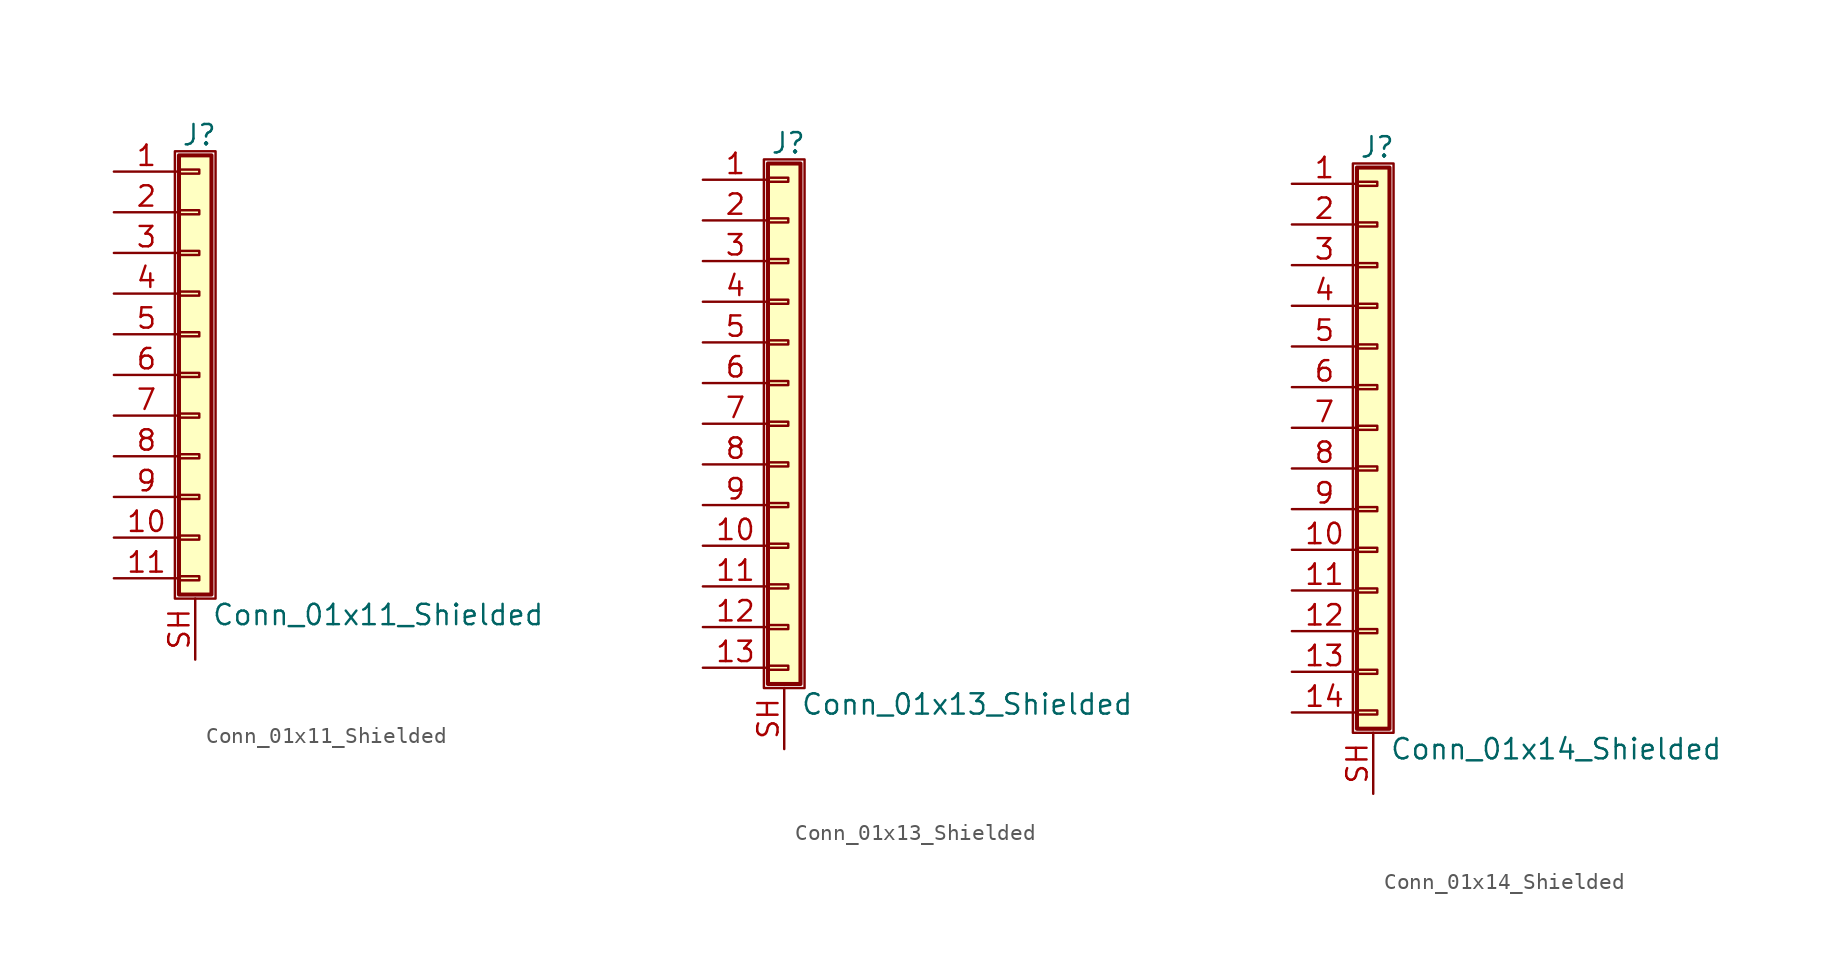
<source format=kicad_sym>
(kicad_symbol_lib
  (version 20201005)
  (generator kicad_symbol_editor)
  (symbol "Conn_01x11_Shielded"
    (pin_names
      (offset 1.016) hide)
    (property "Reference" "J"
      (at 0.254 14.986 0)
      (effects (font (size 1.27 1.27))))
    (property "Value" "Conn_01x11_Shielded"
      (at 1.016 -14.986 0)
      (effects (font (size 1.27 1.27)) (justify left)))
    (symbol "Conn_01x11_Shielded_1_1"
      (rectangle (start -1.27 13.97) (end 1.27 -13.97) (stroke (width 0.152)) (fill (type none)))
      (rectangle (start -1.016 -12.573) (end 0.254 -12.827) (stroke (width 0.152)) (fill (type none)))
      (rectangle (start -1.016 -10.033) (end 0.254 -10.287) (stroke (width 0.152)) (fill (type none)))
      (rectangle (start -1.016 -7.493) (end 0.254 -7.747) (stroke (width 0.152)) (fill (type none)))
      (rectangle (start -1.016 -4.953) (end 0.254 -5.207) (stroke (width 0.152)) (fill (type none)))
      (rectangle (start -1.016 -2.413) (end 0.254 -2.667) (stroke (width 0.152)) (fill (type none)))
      (rectangle (start -1.016 0.127) (end 0.254 -0.127) (stroke (width 0.152)) (fill (type none)))
      (rectangle (start -1.016 2.667) (end 0.254 2.413) (stroke (width 0.152)) (fill (type none)))
      (rectangle (start -1.016 5.207) (end 0.254 4.953) (stroke (width 0.152)) (fill (type none)))
      (rectangle (start -1.016 7.747) (end 0.254 7.493) (stroke (width 0.152)) (fill (type none)))
      (rectangle (start -1.016 10.287) (end 0.254 10.033) (stroke (width 0.152)) (fill (type none)))
      (rectangle (start -1.016 12.827) (end 0.254 12.573) (stroke (width 0.152)) (fill (type none)))
      (rectangle (start -1.016 13.716) (end 1.016 -13.716) (stroke (width 0.254)) (fill (type background)))
      (pin passive line (at -5.08 12.7 0) (length 4.064) (name "Pin_1" (effects (font (size 1.27 1.27)))) (number "1" (effects (font (size 1.27 1.27)))))
      (pin passive line (at -5.08 -10.16 0) (length 4.064) (name "Pin_10" (effects (font (size 1.27 1.27)))) (number "10" (effects (font (size 1.27 1.27)))))
      (pin passive line (at -5.08 -12.7 0) (length 4.064) (name "Pin_11" (effects (font (size 1.27 1.27)))) (number "11" (effects (font (size 1.27 1.27)))))
      (pin passive line (at -5.08 10.16 0) (length 4.064) (name "Pin_2" (effects (font (size 1.27 1.27)))) (number "2" (effects (font (size 1.27 1.27)))))
      (pin passive line (at -5.08 7.62 0) (length 4.064) (name "Pin_3" (effects (font (size 1.27 1.27)))) (number "3" (effects (font (size 1.27 1.27)))))
      (pin passive line (at -5.08 5.08 0) (length 4.064) (name "Pin_4" (effects (font (size 1.27 1.27)))) (number "4" (effects (font (size 1.27 1.27)))))
      (pin passive line (at -5.08 2.54 0) (length 4.064) (name "Pin_5" (effects (font (size 1.27 1.27)))) (number "5" (effects (font (size 1.27 1.27)))))
      (pin passive line (at -5.08 0 0) (length 4.064) (name "Pin_6" (effects (font (size 1.27 1.27)))) (number "6" (effects (font (size 1.27 1.27)))))
      (pin passive line (at -5.08 -2.54 0) (length 4.064) (name "Pin_7" (effects (font (size 1.27 1.27)))) (number "7" (effects (font (size 1.27 1.27)))))
      (pin passive line (at -5.08 -5.08 0) (length 4.064) (name "Pin_8" (effects (font (size 1.27 1.27)))) (number "8" (effects (font (size 1.27 1.27)))))
      (pin passive line (at -5.08 -7.62 0) (length 4.064) (name "Pin_9" (effects (font (size 1.27 1.27)))) (number "9" (effects (font (size 1.27 1.27)))))
      (pin passive line (at 0 -17.78 90) (length 3.81) (name "Shield" (effects (font (size 1.27 1.27)))) (number "SH" (effects (font (size 1.27 1.27)))))))
  (symbol "Conn_01x13_Shielded"
    (pin_names
      (offset 1.016) hide)
    (property "Reference" "J"
      (at 0.254 17.526 0)
      (effects (font (size 1.27 1.27))))
    (property "Value" "Conn_01x13_Shielded"
      (at 1.016 -17.526 0)
      (effects (font (size 1.27 1.27)) (justify left)))
    (symbol "Conn_01x13_Shielded_1_1"
      (rectangle (start -1.27 16.51) (end 1.27 -16.51) (stroke (width 0.152)) (fill (type none)))
      (rectangle (start -1.016 -15.113) (end 0.254 -15.367) (stroke (width 0.152)) (fill (type none)))
      (rectangle (start -1.016 -12.573) (end 0.254 -12.827) (stroke (width 0.152)) (fill (type none)))
      (rectangle (start -1.016 -10.033) (end 0.254 -10.287) (stroke (width 0.152)) (fill (type none)))
      (rectangle (start -1.016 -7.493) (end 0.254 -7.747) (stroke (width 0.152)) (fill (type none)))
      (rectangle (start -1.016 -4.953) (end 0.254 -5.207) (stroke (width 0.152)) (fill (type none)))
      (rectangle (start -1.016 -2.413) (end 0.254 -2.667) (stroke (width 0.152)) (fill (type none)))
      (rectangle (start -1.016 0.127) (end 0.254 -0.127) (stroke (width 0.152)) (fill (type none)))
      (rectangle (start -1.016 2.667) (end 0.254 2.413) (stroke (width 0.152)) (fill (type none)))
      (rectangle (start -1.016 5.207) (end 0.254 4.953) (stroke (width 0.152)) (fill (type none)))
      (rectangle (start -1.016 7.747) (end 0.254 7.493) (stroke (width 0.152)) (fill (type none)))
      (rectangle (start -1.016 10.287) (end 0.254 10.033) (stroke (width 0.152)) (fill (type none)))
      (rectangle (start -1.016 12.827) (end 0.254 12.573) (stroke (width 0.152)) (fill (type none)))
      (rectangle (start -1.016 15.367) (end 0.254 15.113) (stroke (width 0.152)) (fill (type none)))
      (rectangle (start -1.016 16.256) (end 1.016 -16.256) (stroke (width 0.254)) (fill (type background)))
      (pin passive line (at -5.08 15.24 0) (length 4.064) (name "Pin_1" (effects (font (size 1.27 1.27)))) (number "1" (effects (font (size 1.27 1.27)))))
      (pin passive line (at -5.08 -7.62 0) (length 4.064) (name "Pin_10" (effects (font (size 1.27 1.27)))) (number "10" (effects (font (size 1.27 1.27)))))
      (pin passive line (at -5.08 -10.16 0) (length 4.064) (name "Pin_11" (effects (font (size 1.27 1.27)))) (number "11" (effects (font (size 1.27 1.27)))))
      (pin passive line (at -5.08 -12.7 0) (length 4.064) (name "Pin_12" (effects (font (size 1.27 1.27)))) (number "12" (effects (font (size 1.27 1.27)))))
      (pin passive line (at -5.08 -15.24 0) (length 4.064) (name "Pin_13" (effects (font (size 1.27 1.27)))) (number "13" (effects (font (size 1.27 1.27)))))
      (pin passive line (at -5.08 12.7 0) (length 4.064) (name "Pin_2" (effects (font (size 1.27 1.27)))) (number "2" (effects (font (size 1.27 1.27)))))
      (pin passive line (at -5.08 10.16 0) (length 4.064) (name "Pin_3" (effects (font (size 1.27 1.27)))) (number "3" (effects (font (size 1.27 1.27)))))
      (pin passive line (at -5.08 7.62 0) (length 4.064) (name "Pin_4" (effects (font (size 1.27 1.27)))) (number "4" (effects (font (size 1.27 1.27)))))
      (pin passive line (at -5.08 5.08 0) (length 4.064) (name "Pin_5" (effects (font (size 1.27 1.27)))) (number "5" (effects (font (size 1.27 1.27)))))
      (pin passive line (at -5.08 2.54 0) (length 4.064) (name "Pin_6" (effects (font (size 1.27 1.27)))) (number "6" (effects (font (size 1.27 1.27)))))
      (pin passive line (at -5.08 0 0) (length 4.064) (name "Pin_7" (effects (font (size 1.27 1.27)))) (number "7" (effects (font (size 1.27 1.27)))))
      (pin passive line (at -5.08 -2.54 0) (length 4.064) (name "Pin_8" (effects (font (size 1.27 1.27)))) (number "8" (effects (font (size 1.27 1.27)))))
      (pin passive line (at -5.08 -5.08 0) (length 4.064) (name "Pin_9" (effects (font (size 1.27 1.27)))) (number "9" (effects (font (size 1.27 1.27)))))
      (pin passive line (at 0 -20.32 90) (length 3.81) (name "Shield" (effects (font (size 1.27 1.27)))) (number "SH" (effects (font (size 1.27 1.27)))))))
  (symbol "Conn_01x14_Shielded"
    (pin_names
      (offset 1.016) hide)
    (property "Reference" "J"
      (at 0.254 17.526 0)
      (effects (font (size 1.27 1.27))))
    (property "Value" "Conn_01x14_Shielded"
      (at 1.016 -20.066 0)
      (effects (font (size 1.27 1.27)) (justify left)))
    (symbol "Conn_01x14_Shielded_1_1"
      (rectangle (start -1.27 16.51) (end 1.27 -19.05) (stroke (width 0.152)) (fill (type none)))
      (rectangle (start -1.016 -17.653) (end 0.254 -17.907) (stroke (width 0.152)) (fill (type none)))
      (rectangle (start -1.016 -15.113) (end 0.254 -15.367) (stroke (width 0.152)) (fill (type none)))
      (rectangle (start -1.016 -12.573) (end 0.254 -12.827) (stroke (width 0.152)) (fill (type none)))
      (rectangle (start -1.016 -10.033) (end 0.254 -10.287) (stroke (width 0.152)) (fill (type none)))
      (rectangle (start -1.016 -7.493) (end 0.254 -7.747) (stroke (width 0.152)) (fill (type none)))
      (rectangle (start -1.016 -4.953) (end 0.254 -5.207) (stroke (width 0.152)) (fill (type none)))
      (rectangle (start -1.016 -2.413) (end 0.254 -2.667) (stroke (width 0.152)) (fill (type none)))
      (rectangle (start -1.016 0.127) (end 0.254 -0.127) (stroke (width 0.152)) (fill (type none)))
      (rectangle (start -1.016 2.667) (end 0.254 2.413) (stroke (width 0.152)) (fill (type none)))
      (rectangle (start -1.016 5.207) (end 0.254 4.953) (stroke (width 0.152)) (fill (type none)))
      (rectangle (start -1.016 7.747) (end 0.254 7.493) (stroke (width 0.152)) (fill (type none)))
      (rectangle (start -1.016 10.287) (end 0.254 10.033) (stroke (width 0.152)) (fill (type none)))
      (rectangle (start -1.016 12.827) (end 0.254 12.573) (stroke (width 0.152)) (fill (type none)))
      (rectangle (start -1.016 15.367) (end 0.254 15.113) (stroke (width 0.152)) (fill (type none)))
      (rectangle (start -1.016 16.256) (end 1.016 -18.796) (stroke (width 0.254)) (fill (type background)))
      (pin passive line (at -5.08 15.24 0) (length 4.064) (name "Pin_1" (effects (font (size 1.27 1.27)))) (number "1" (effects (font (size 1.27 1.27)))))
      (pin passive line (at -5.08 -7.62 0) (length 4.064) (name "Pin_10" (effects (font (size 1.27 1.27)))) (number "10" (effects (font (size 1.27 1.27)))))
      (pin passive line (at -5.08 -10.16 0) (length 4.064) (name "Pin_11" (effects (font (size 1.27 1.27)))) (number "11" (effects (font (size 1.27 1.27)))))
      (pin passive line (at -5.08 -12.7 0) (length 4.064) (name "Pin_12" (effects (font (size 1.27 1.27)))) (number "12" (effects (font (size 1.27 1.27)))))
      (pin passive line (at -5.08 -15.24 0) (length 4.064) (name "Pin_13" (effects (font (size 1.27 1.27)))) (number "13" (effects (font (size 1.27 1.27)))))
      (pin passive line (at -5.08 -17.78 0) (length 4.064) (name "Pin_14" (effects (font (size 1.27 1.27)))) (number "14" (effects (font (size 1.27 1.27)))))
      (pin passive line (at -5.08 12.7 0) (length 4.064) (name "Pin_2" (effects (font (size 1.27 1.27)))) (number "2" (effects (font (size 1.27 1.27)))))
      (pin passive line (at -5.08 10.16 0) (length 4.064) (name "Pin_3" (effects (font (size 1.27 1.27)))) (number "3" (effects (font (size 1.27 1.27)))))
      (pin passive line (at -5.08 7.62 0) (length 4.064) (name "Pin_4" (effects (font (size 1.27 1.27)))) (number "4" (effects (font (size 1.27 1.27)))))
      (pin passive line (at -5.08 5.08 0) (length 4.064) (name "Pin_5" (effects (font (size 1.27 1.27)))) (number "5" (effects (font (size 1.27 1.27)))))
      (pin passive line (at -5.08 2.54 0) (length 4.064) (name "Pin_6" (effects (font (size 1.27 1.27)))) (number "6" (effects (font (size 1.27 1.27)))))
      (pin passive line (at -5.08 0 0) (length 4.064) (name "Pin_7" (effects (font (size 1.27 1.27)))) (number "7" (effects (font (size 1.27 1.27)))))
      (pin passive line (at -5.08 -2.54 0) (length 4.064) (name "Pin_8" (effects (font (size 1.27 1.27)))) (number "8" (effects (font (size 1.27 1.27)))))
      (pin passive line (at -5.08 -5.08 0) (length 4.064) (name "Pin_9" (effects (font (size 1.27 1.27)))) (number "9" (effects (font (size 1.27 1.27)))))
      (pin passive line (at 0 -22.86 90) (length 3.81) (name "Shield" (effects (font (size 1.27 1.27)))) (number "SH" (effects (font (size 1.27 1.27))))))))
</source>
